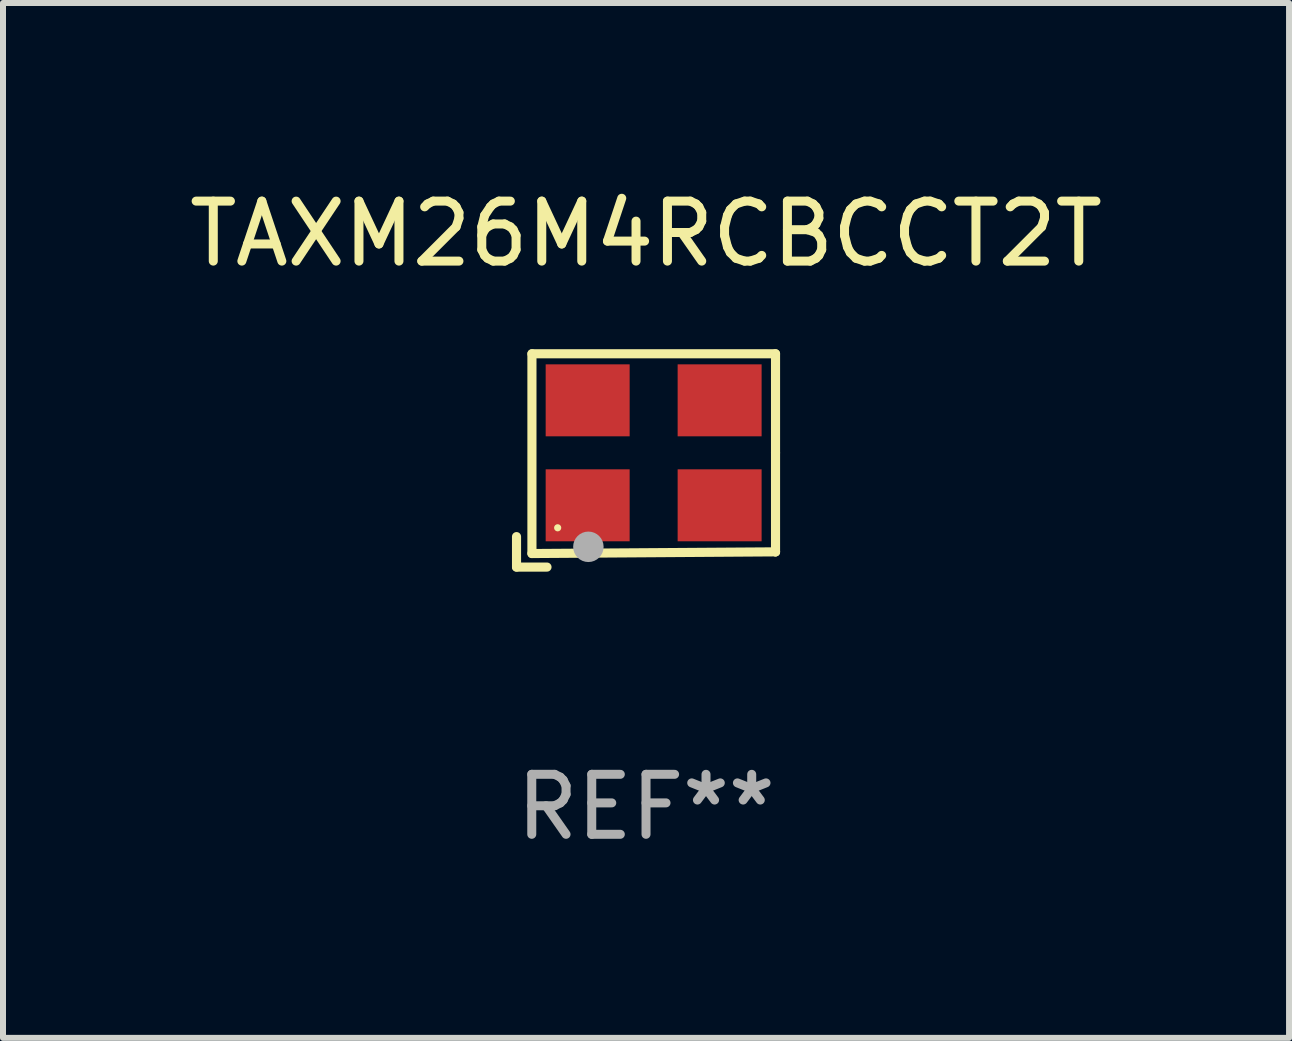
<source format=kicad_pcb>
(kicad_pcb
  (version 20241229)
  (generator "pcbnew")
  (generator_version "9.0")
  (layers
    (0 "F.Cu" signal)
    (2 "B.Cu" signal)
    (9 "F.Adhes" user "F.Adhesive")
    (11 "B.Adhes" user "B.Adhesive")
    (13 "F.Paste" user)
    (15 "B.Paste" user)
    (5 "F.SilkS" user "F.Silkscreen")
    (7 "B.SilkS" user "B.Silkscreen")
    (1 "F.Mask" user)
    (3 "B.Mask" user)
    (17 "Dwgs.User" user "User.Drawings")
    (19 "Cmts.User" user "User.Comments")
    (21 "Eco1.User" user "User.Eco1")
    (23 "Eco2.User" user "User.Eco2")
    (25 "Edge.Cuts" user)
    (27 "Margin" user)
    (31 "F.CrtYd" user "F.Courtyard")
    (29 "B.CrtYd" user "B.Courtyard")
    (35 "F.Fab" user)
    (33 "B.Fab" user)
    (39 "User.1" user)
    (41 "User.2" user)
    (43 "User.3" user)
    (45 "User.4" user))
  (footprint "TAXM26M4RCBCCT2T"
    (layer "F.Cu")
    (at 7.72 4.626)
    (property "Reference" "TAXM26M4RCBCCT2T" (at 0 -3.778 0) (layer "F.SilkS") (effects (font (size 1 1) (thickness 0.15))))
    (attr through_hole)
    (fp_line (start -2.159 1.27) (end -2.159 1.778) (stroke (width 0.152) (type solid)) (layer "F.SilkS"))
    (fp_line (start -2.159 1.778) (end -1.651 1.778) (stroke (width 0.152) (type solid)) (layer "F.SilkS"))
    (fp_line (start -1.902 -1.778) (end 2.159 -1.778) (stroke (width 0.152) (type solid)) (layer "F.SilkS"))
    (fp_line (start -1.902 1.552) (end -1.902 -1.778) (stroke (width 0.152) (type solid)) (layer "F.SilkS"))
    (fp_line (start 2.159 -1.778) (end 2.159 -0.127) (stroke (width 0.152) (type solid)) (layer "F.SilkS"))
    (fp_line (start 2.159 -0.127) (end 2.159 1.524) (stroke (width 0.152) (type solid)) (layer "F.SilkS"))
    (fp_line (start 2.159 1.524) (end -1.902 1.552) (stroke (width 0.152) (type solid)) (layer "F.SilkS"))
    (fp_line (start 2.159 1.524) (end 2.159 1.524) (stroke (width 0.152) (type solid)) (layer "F.SilkS"))
    (fp_circle (center -1.473 1.123) (end -1.443 1.123) (stroke (width 0.06) (type solid)) (fill no) (layer "F.SilkS"))
    (fp_circle (center -0.961 1.44) (end -0.834 1.44) (stroke (width 0.254) (type solid)) (fill no) (layer "F.Fab"))
    (fp_text user "REF**" (at 0 5.778 0) (layer "F.Fab") (effects (font (size 1 1) (thickness 0.15))))
    (pad "1" smd rect (at -0.973 0.748) (size 1.4 1.2) (layers "F.Cu" "F.Mask" "F.Paste"))
    (pad "2" smd rect (at 1.227 0.748) (size 1.4 1.2) (layers "F.Cu" "F.Mask" "F.Paste"))
    (pad "3" smd rect (at 1.227 -1.002) (size 1.4 1.2) (layers "F.Cu" "F.Mask" "F.Paste"))
    (pad "4" smd rect (at -0.973 -1.002) (size 1.4 1.2) (layers "F.Cu" "F.Mask" "F.Paste")))
  (gr_rect
    (start -3 -3)
    (end 18.44 14.253)
    (stroke (width 0.1) (type default))
    (fill no)
    (layer "Edge.Cuts")))
</source>
